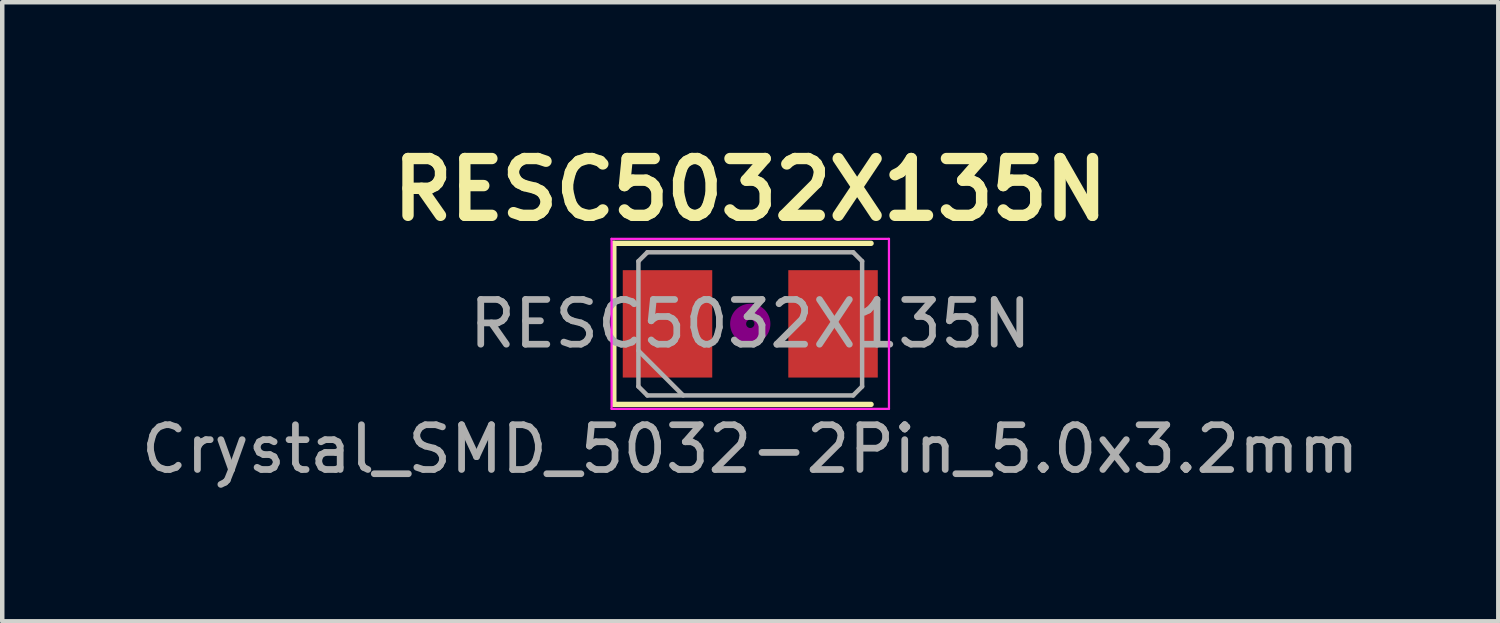
<source format=kicad_pcb>
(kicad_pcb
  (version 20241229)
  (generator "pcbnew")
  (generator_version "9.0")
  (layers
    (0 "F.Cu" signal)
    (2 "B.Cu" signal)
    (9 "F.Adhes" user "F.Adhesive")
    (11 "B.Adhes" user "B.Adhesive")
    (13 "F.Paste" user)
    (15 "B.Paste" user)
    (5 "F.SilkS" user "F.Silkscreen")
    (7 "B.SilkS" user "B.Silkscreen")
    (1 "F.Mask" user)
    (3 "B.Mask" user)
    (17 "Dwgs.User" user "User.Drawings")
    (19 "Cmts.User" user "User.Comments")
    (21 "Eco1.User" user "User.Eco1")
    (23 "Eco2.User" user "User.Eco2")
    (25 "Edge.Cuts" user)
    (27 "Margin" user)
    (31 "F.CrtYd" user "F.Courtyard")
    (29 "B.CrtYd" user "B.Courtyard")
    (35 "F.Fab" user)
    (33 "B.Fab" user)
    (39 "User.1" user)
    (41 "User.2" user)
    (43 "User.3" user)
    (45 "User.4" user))
  (footprint "RESC5032X135N"
    (layer "F.Cu")
    (at 13.72 4.189)
    (property "Reference" "RESC5032X135N" (at 0 -3 0) (layer "F.SilkS") (effects (font (size 1.27 1.27) (thickness 0.254))))
    (attr smd)
    (fp_line (start -3.05 -1.8) (end -3.05 1.8) (stroke (width 0.12) (type solid)) (layer "F.SilkS"))
    (fp_line (start -3.05 1.8) (end 2.7 1.8) (stroke (width 0.12) (type solid)) (layer "F.SilkS"))
    (fp_line (start 2.7 -1.8) (end -3.05 -1.8) (stroke (width 0.12) (type solid)) (layer "F.SilkS"))
    (fp_circle (center 0 0) (end 0.093 0) (stroke (width 0.187) (type solid)) (fill no) (layer "F.Adhes"))
    (fp_circle (center 0 0) (end 0.213 0) (stroke (width 0.133) (type solid)) (fill no) (layer "F.Adhes"))
    (fp_circle (center 0 0) (end 0.333 0) (stroke (width 0.133) (type solid)) (fill no) (layer "F.Adhes"))
    (fp_circle (center 0 0) (end 0.4 0) (stroke (width 0.1) (type solid)) (fill no) (layer "F.Adhes"))
    (fp_line (start -3.1 -1.9) (end -3.1 1.9) (stroke (width 0.05) (type solid)) (layer "F.CrtYd"))
    (fp_line (start -3.1 1.9) (end 3.1 1.9) (stroke (width 0.05) (type solid)) (layer "F.CrtYd"))
    (fp_line (start 3.1 -1.9) (end -3.1 -1.9) (stroke (width 0.05) (type solid)) (layer "F.CrtYd"))
    (fp_line (start 3.1 1.9) (end 3.1 -1.9) (stroke (width 0.05) (type solid)) (layer "F.CrtYd"))
    (fp_line (start -2.5 -1.4) (end -2.3 -1.6) (stroke (width 0.1) (type solid)) (layer "F.Fab"))
    (fp_line (start -2.5 0.6) (end -1.5 1.6) (stroke (width 0.1) (type solid)) (layer "F.Fab"))
    (fp_line (start -2.5 1.4) (end -2.5 -1.4) (stroke (width 0.1) (type solid)) (layer "F.Fab"))
    (fp_line (start -2.3 -1.6) (end 2.3 -1.6) (stroke (width 0.1) (type solid)) (layer "F.Fab"))
    (fp_line (start -2.3 1.6) (end -2.5 1.4) (stroke (width 0.1) (type solid)) (layer "F.Fab"))
    (fp_line (start 2.3 -1.6) (end 2.5 -1.4) (stroke (width 0.1) (type solid)) (layer "F.Fab"))
    (fp_line (start 2.3 1.6) (end -2.3 1.6) (stroke (width 0.1) (type solid)) (layer "F.Fab"))
    (fp_line (start 2.5 -1.4) (end 2.5 1.4) (stroke (width 0.1) (type solid)) (layer "F.Fab"))
    (fp_line (start 2.5 1.4) (end 2.3 1.6) (stroke (width 0.1) (type solid)) (layer "F.Fab"))
    (fp_text user "${REFERENCE}" (at 0 0 0) (layer "F.Fab") (effects (font (size 1 1) (thickness 0.15))))
    (fp_text user "Crystal_SMD_5032-2Pin_5.0x3.2mm" (at 0 2.8 0) (layer "F.Fab") (effects (font (size 1 1) (thickness 0.15))))
    (pad "1" smd rect (at -1.85 0) (size 2 2.4) (layers "F.Cu" "F.Mask" "F.Paste"))
    (pad "2" smd rect (at 1.85 0) (size 2 2.4) (layers "F.Cu" "F.Mask" "F.Paste")))
  (gr_rect
    (start -3 -3)
    (end 30.44 10.837)
    (stroke (width 0.1) (type default))
    (fill no)
    (layer "Edge.Cuts")))
</source>
